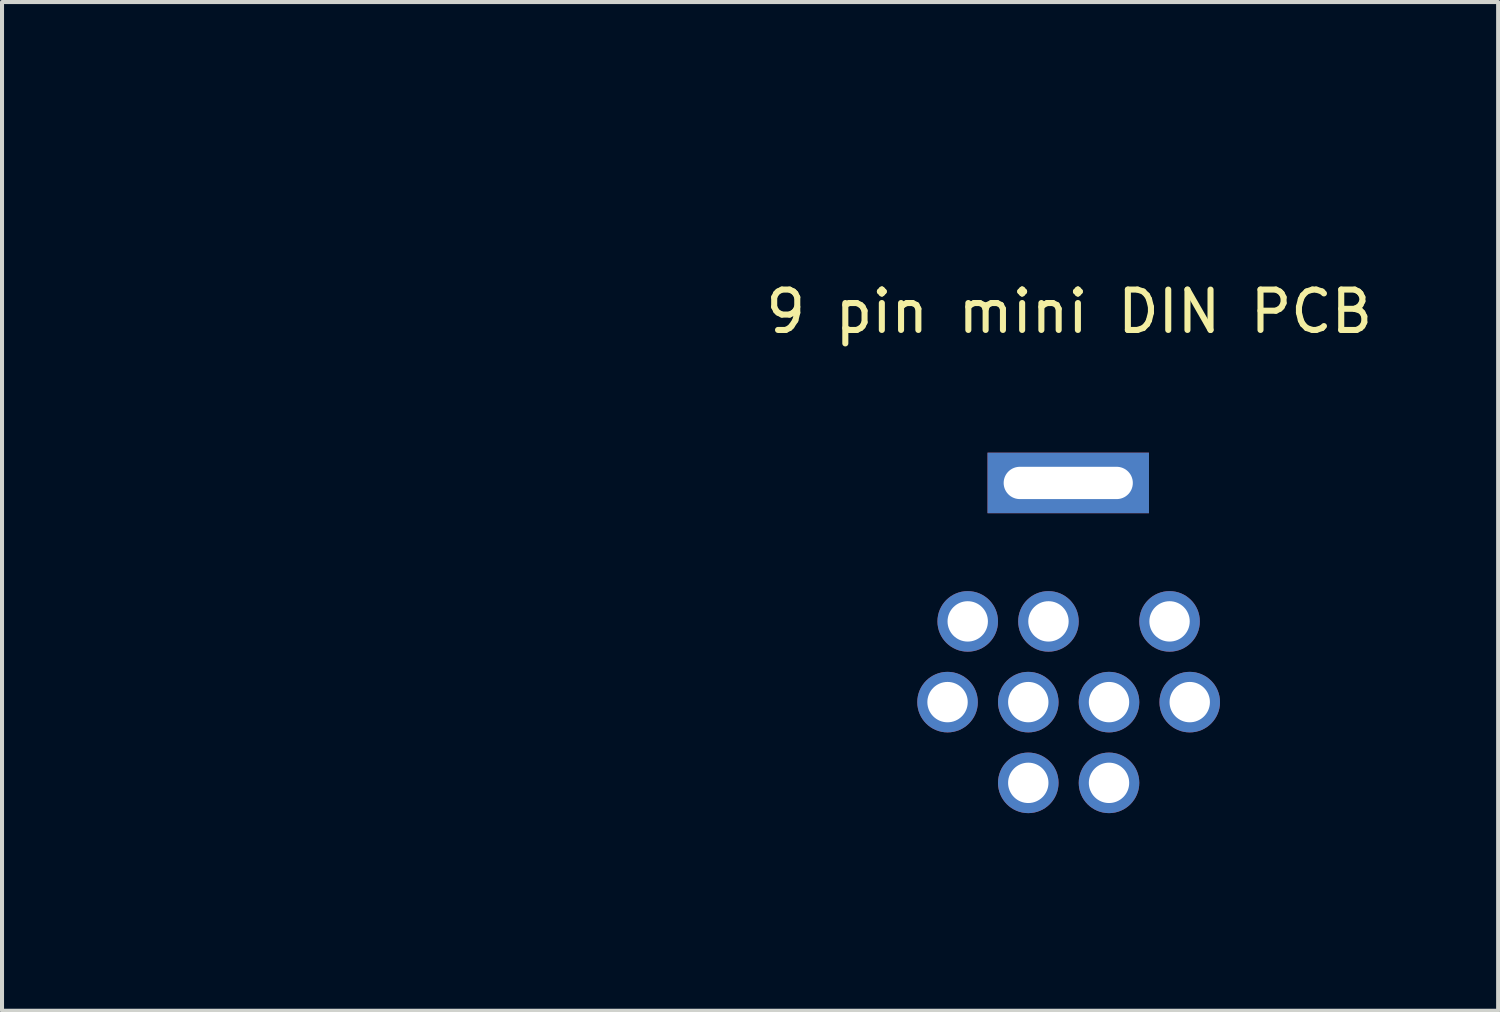
<source format=kicad_pcb>
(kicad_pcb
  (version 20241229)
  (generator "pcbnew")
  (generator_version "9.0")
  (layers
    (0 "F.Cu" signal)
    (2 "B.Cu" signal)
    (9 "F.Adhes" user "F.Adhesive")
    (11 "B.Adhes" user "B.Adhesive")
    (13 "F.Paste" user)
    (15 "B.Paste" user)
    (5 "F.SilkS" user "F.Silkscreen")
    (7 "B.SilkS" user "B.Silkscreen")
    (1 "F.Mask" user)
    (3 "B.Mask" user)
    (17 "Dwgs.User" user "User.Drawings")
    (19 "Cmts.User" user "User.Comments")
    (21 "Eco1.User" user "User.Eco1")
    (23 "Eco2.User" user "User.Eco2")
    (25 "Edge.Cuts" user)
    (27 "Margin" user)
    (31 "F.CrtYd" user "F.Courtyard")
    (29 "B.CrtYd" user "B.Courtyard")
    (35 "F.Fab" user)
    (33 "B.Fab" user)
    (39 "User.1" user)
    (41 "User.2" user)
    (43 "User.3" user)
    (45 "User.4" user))
  (footprint "9 pin mini DIN PCB"
    (layer "F.Cu")
    (at 23.414 13.744)
    (property "Reference" "9 pin mini DIN PCB" (at 0.025 -9.075 0) (unlocked yes) (layer "F.SilkS") (effects (font (size 1 1) (thickness 0.15))))
    (attr through_hole)
    (fp_poly (pts (xy -16.186 -13.694) (xy -16.025 -13.691) (xy -15.864 -13.684) (xy -15.708 -13.675) (xy -15.576 -13.665) (xy -15.496 -13.657) (xy -15.407 -13.647) (xy -15.313 -13.635) (xy -15.217 -13.622) (xy -15.123 -13.608) (xy -15.032 -13.594) (xy -14.949 -13.58) (xy -14.876 -13.566) (xy -14.827 -13.556) (xy -14.808 -13.551) (xy -14.775 -13.544) (xy -14.734 -13.535) (xy -14.687 -13.524) (xy -14.645 -13.515) (xy -14.475 -13.474) (xy -14.296 -13.426) (xy -14.114 -13.371) (xy -13.932 -13.312) (xy -13.757 -13.25) (xy -13.74 -13.244) (xy -13.694 -13.226) (xy -13.653 -13.211) (xy -13.619 -13.198) (xy -13.595 -13.188) (xy -13.583 -13.184) (xy -13.571 -13.178) (xy -13.546 -13.167) (xy -13.512 -13.153) (xy -13.471 -13.135) (xy -13.429 -13.118) (xy -13.212 -13.021) (xy -12.99 -12.912) (xy -12.769 -12.793) (xy -12.551 -12.667) (xy -12.341 -12.535) (xy -12.287 -12.5) (xy -12.011 -12.306) (xy -11.745 -12.1) (xy -11.49 -11.882) (xy -11.245 -11.653) (xy -11.013 -11.413) (xy -10.792 -11.163) (xy -10.583 -10.903) (xy -10.386 -10.634) (xy -10.203 -10.356) (xy -10.032 -10.069) (xy -9.875 -9.775) (xy -9.731 -9.473) (xy -9.602 -9.165) (xy -9.487 -8.85) (xy -9.388 -8.529) (xy -9.345 -8.373) (xy -9.303 -8.211) (xy -6.892 -7.237) (xy -4.482 -6.263) (xy -1.503 -6.26) (xy -1.24 -6.259) (xy -0.993 -6.259) (xy -0.761 -6.259) (xy -0.544 -6.259) (xy -0.341 -6.258) (xy -0.152 -6.258) (xy 0.024 -6.258) (xy 0.188 -6.258) (xy 0.339 -6.257) (xy 0.478 -6.257) (xy 0.606 -6.257) (xy 0.723 -6.256) (xy 0.829 -6.256) (xy 0.926 -6.255) (xy 1.013 -6.255) (xy 1.092 -6.255) (xy 1.162 -6.254) (xy 1.225 -6.254) (xy 1.28 -6.253) (xy 1.328 -6.252) (xy 1.369 -6.252) (xy 1.405 -6.251) (xy 1.436 -6.25) (xy 1.461 -6.25) (xy 1.482 -6.249) (xy 1.499 -6.248) (xy 1.512 -6.247) (xy 1.523 -6.246) (xy 1.531 -6.245) (xy 1.536 -6.244) (xy 1.665 -6.212) (xy 1.781 -6.175) (xy 1.887 -6.132) (xy 1.984 -6.08) (xy 2.076 -6.018) (xy 2.164 -5.946) (xy 2.237 -5.877) (xy 2.335 -5.77) (xy 2.417 -5.659) (xy 2.485 -5.542) (xy 2.54 -5.418) (xy 2.582 -5.285) (xy 2.585 -5.273) (xy 2.595 -5.234) (xy 2.602 -5.197) (xy 2.609 -5.159) (xy 2.613 -5.117) (xy 2.617 -5.071) (xy 2.619 -5.017) (xy 2.621 -4.953) (xy 2.622 -4.878) (xy 2.622 -4.789) (xy 2.622 -4.781) (xy 2.622 -4.504) (xy 2.729 -4.438) (xy 2.964 -4.284) (xy 3.191 -4.117) (xy 3.41 -3.937) (xy 3.618 -3.747) (xy 3.814 -3.547) (xy 3.997 -3.34) (xy 4.174 -3.115) (xy 4.338 -2.881) (xy 4.489 -2.638) (xy 4.627 -2.387) (xy 4.751 -2.13) (xy 4.861 -1.867) (xy 4.955 -1.598) (xy 5.035 -1.326) (xy 5.077 -1.15) (xy 5.134 -0.862) (xy 5.174 -0.574) (xy 5.198 -0.285) (xy 5.205 0.004) (xy 5.197 0.292) (xy 5.173 0.579) (xy 5.147 0.774) (xy 5.095 1.059) (xy 5.029 1.338) (xy 4.947 1.613) (xy 4.851 1.881) (xy 4.74 2.143) (xy 4.616 2.398) (xy 4.478 2.646) (xy 4.327 2.886) (xy 4.163 3.117) (xy 3.986 3.34) (xy 3.797 3.553) (xy 3.597 3.755) (xy 3.384 3.947) (xy 3.161 4.128) (xy 2.927 4.297) (xy 2.833 4.36) (xy 2.585 4.511) (xy 2.331 4.647) (xy 2.071 4.769) (xy 1.803 4.875) (xy 1.53 4.967) (xy 1.25 5.044) (xy 0.964 5.106) (xy 0.671 5.154) (xy 0.502 5.174) (xy 0.447 5.179) (xy 0.379 5.183) (xy 0.301 5.187) (xy 0.217 5.19) (xy 0.129 5.193) (xy 0.042 5.195) (xy -0.042 5.196) (xy -0.12 5.196) (xy -0.188 5.195) (xy -0.239 5.193) (xy -0.528 5.171) (xy -0.815 5.133) (xy -1.099 5.079) (xy -1.379 5.011) (xy -1.654 4.927) (xy -1.901 4.837) (xy -2.167 4.724) (xy -2.426 4.596) (xy -2.677 4.455) (xy -2.919 4.3) (xy -3.152 4.133) (xy -3.375 3.953) (xy -3.588 3.761) (xy -3.79 3.557) (xy -3.981 3.342) (xy -4.16 3.116) (xy -4.328 2.88) (xy -4.421 2.734) (xy -4.489 2.625) (xy -4.612 2.575) (xy -1.39 2.575) (xy -1.386 2.65) (xy -1.367 2.723) (xy -1.335 2.792) (xy -1.288 2.855) (xy -1.263 2.88) (xy -1.202 2.927) (xy -1.134 2.961) (xy -1.061 2.98) (xy -0.986 2.986) (xy -0.912 2.976) (xy -0.89 2.97) (xy -0.815 2.939) (xy -0.749 2.896) (xy -0.695 2.841) (xy -0.652 2.775) (xy -0.621 2.698) (xy -0.615 2.676) (xy -0.605 2.608) (xy -0.607 2.592) (xy 0.612 2.592) (xy 0.617 2.659) (xy 0.631 2.723) (xy 0.654 2.78) (xy 0.665 2.799) (xy 0.694 2.837) (xy 0.73 2.876) (xy 0.768 2.909) (xy 0.805 2.933) (xy 0.815 2.938) (xy 0.891 2.968) (xy 0.962 2.983) (xy 1.03 2.985) (xy 1.097 2.974) (xy 1.097 2.974) (xy 1.172 2.946) (xy 1.238 2.906) (xy 1.27 2.878) (xy 1.323 2.818) (xy 1.361 2.755) (xy 1.384 2.687) (xy 1.393 2.611) (xy 1.393 2.593) (xy 1.387 2.516) (xy 1.367 2.447) (xy 1.334 2.384) (xy 1.305 2.346) (xy 1.248 2.289) (xy 1.183 2.246) (xy 1.113 2.217) (xy 1.039 2.202) (xy 0.964 2.202) (xy 0.888 2.218) (xy 0.814 2.249) (xy 0.798 2.258) (xy 0.776 2.273) (xy 0.75 2.295) (xy 0.722 2.321) (xy 0.696 2.348) (xy 0.676 2.37) (xy 0.666 2.386) (xy 0.657 2.404) (xy 0.653 2.41) (xy 0.63 2.463) (xy 0.617 2.525) (xy 0.612 2.592) (xy -0.607 2.592) (xy -0.61 2.537) (xy -0.628 2.466) (xy -0.658 2.398) (xy -0.674 2.373) (xy -0.72 2.317) (xy -0.777 2.271) (xy -0.843 2.234) (xy -0.914 2.21) (xy -0.986 2.2) (xy -0.998 2.2) (xy -1.067 2.207) (xy -1.136 2.227) (xy -1.202 2.259) (xy -1.26 2.301) (xy -1.308 2.35) (xy -1.314 2.359) (xy -1.354 2.428) (xy -1.379 2.501) (xy -1.39 2.575) (xy -4.612 2.575) (xy -8.437 1.03) (xy -8.679 0.932) (xy -8.919 0.836) (xy -9.154 0.741) (xy -9.384 0.648) (xy -9.588 0.565) (xy -3.389 0.565) (xy -3.387 0.643) (xy -3.37 0.717) (xy -3.338 0.786) (xy -3.291 0.85) (xy -3.271 0.87) (xy -3.226 0.91) (xy -3.181 0.94) (xy -3.131 0.963) (xy -3.071 0.979) (xy -3.008 0.991) (xy -2.998 0.99) (xy -2.976 0.988) (xy -2.947 0.984) (xy -2.944 0.983) (xy -2.868 0.964) (xy -2.799 0.931) (xy -2.739 0.887) (xy -2.688 0.833) (xy -2.648 0.77) (xy -2.62 0.7) (xy -2.607 0.625) (xy -2.606 0.596) (xy -2.606 0.594) (xy -1.39 0.594) (xy -1.382 0.671) (xy -1.36 0.744) (xy -1.325 0.81) (xy -1.277 0.868) (xy -1.22 0.917) (xy -1.153 0.954) (xy -1.079 0.978) (xy -1.066 0.98) (xy -1.034 0.986) (xy -1.012 0.989) (xy -0.994 0.99) (xy -0.974 0.988) (xy -0.947 0.983) (xy -0.931 0.98) (xy -0.86 0.961) (xy -0.8 0.932) (xy -0.745 0.892) (xy -0.738 0.886) (xy -0.683 0.825) (xy -0.643 0.757) (xy -0.617 0.681) (xy -0.607 0.624) (xy -0.608 0.561) (xy 0.612 0.561) (xy 0.614 0.634) (xy 0.627 0.707) (xy 0.652 0.775) (xy 0.654 0.778) (xy 0.686 0.829) (xy 0.732 0.877) (xy 0.786 0.919) (xy 0.847 0.952) (xy 0.91 0.976) (xy 0.931 0.98) (xy 0.963 0.987) (xy 0.986 0.99) (xy 1.005 0.99) (xy 1.026 0.988) (xy 1.057 0.983) (xy 1.057 0.983) (xy 1.132 0.963) (xy 1.201 0.929) (xy 1.263 0.885) (xy 1.314 0.83) (xy 1.327 0.812) (xy 1.365 0.74) (xy 1.388 0.666) (xy 1.395 0.591) (xy 1.394 0.583) (xy 2.61 0.583) (xy 2.613 0.647) (xy 2.624 0.705) (xy 2.629 0.72) (xy 2.664 0.794) (xy 2.711 0.857) (xy 2.771 0.91) (xy 2.842 0.953) (xy 2.869 0.964) (xy 2.885 0.969) (xy 2.911 0.975) (xy 2.942 0.982) (xy 2.971 0.988) (xy 2.992 0.991) (xy 2.994 0.991) (xy 3.008 0.99) (xy 3.032 0.987) (xy 3.059 0.983) (xy 3.134 0.963) (xy 3.203 0.929) (xy 3.263 0.884) (xy 3.313 0.828) (xy 3.352 0.765) (xy 3.379 0.694) (xy 3.391 0.619) (xy 3.392 0.596) (xy 3.384 0.515) (xy 3.362 0.44) (xy 3.325 0.372) (xy 3.295 0.334) (xy 3.265 0.305) (xy 3.226 0.275) (xy 3.184 0.248) (xy 3.145 0.228) (xy 3.133 0.223) (xy 3.057 0.205) (xy 2.981 0.202) (xy 2.906 0.214) (xy 2.834 0.24) (xy 2.769 0.279) (xy 2.723 0.321) (xy 2.693 0.353) (xy 2.672 0.378) (xy 2.657 0.402) (xy 2.644 0.43) (xy 2.63 0.465) (xy 2.63 0.465) (xy 2.616 0.521) (xy 2.61 0.583) (xy 1.394 0.583) (xy 1.388 0.517) (xy 1.365 0.445) (xy 1.328 0.378) (xy 1.292 0.332) (xy 1.233 0.278) (xy 1.168 0.239) (xy 1.097 0.214) (xy 1.019 0.204) (xy 1.001 0.204) (xy 0.922 0.212) (xy 0.848 0.234) (xy 0.782 0.269) (xy 0.724 0.316) (xy 0.676 0.375) (xy 0.64 0.443) (xy 0.623 0.492) (xy 0.612 0.561) (xy -0.608 0.561) (xy -0.608 0.552) (xy -0.623 0.481) (xy -0.651 0.413) (xy -0.692 0.351) (xy -0.742 0.298) (xy -0.801 0.255) (xy -0.862 0.226) (xy -0.941 0.206) (xy -1.019 0.203) (xy -1.095 0.215) (xy -1.17 0.243) (xy -1.236 0.284) (xy -1.292 0.336) (xy -1.336 0.398) (xy -1.368 0.467) (xy -1.386 0.542) (xy -1.39 0.594) (xy -2.606 0.594) (xy -2.613 0.516) (xy -2.636 0.442) (xy -2.672 0.375) (xy -2.722 0.316) (xy -2.781 0.269) (xy -2.853 0.231) (xy -2.928 0.208) (xy -3.004 0.202) (xy -3.081 0.211) (xy -3.157 0.237) (xy -3.169 0.242) (xy -3.236 0.283) (xy -3.292 0.335) (xy -3.337 0.397) (xy -3.369 0.467) (xy -3.387 0.545) (xy -3.389 0.565) (xy -9.588 0.565) (xy -9.609 0.557) (xy -9.829 0.468) (xy -10.042 0.382) (xy -10.25 0.298) (xy -10.45 0.217) (xy -10.644 0.139) (xy -10.829 0.064) (xy -11.001 -0.005) (xy -0.093 -0.005) (xy -0.086 0.024) (xy -0.069 0.052) (xy -0.045 0.074) (xy -0.034 0.08) (xy -0.011 0.089) (xy 0.008 0.09) (xy 0.028 0.084) (xy 0.05 0.072) (xy 0.073 0.055) (xy 0.085 0.038) (xy 0.09 0.023) (xy 0.092 -0.02) (xy 0.08 -0.056) (xy 0.055 -0.082) (xy 0.019 -0.098) (xy -0.011 -0.098) (xy -0.041 -0.085) (xy -0.067 -0.064) (xy -0.086 -0.036) (xy -0.093 -0.006) (xy -0.093 -0.005) (xy -11.001 -0.005) (xy -11.006 -0.007) (xy -11.175 -0.075) (xy -11.335 -0.14) (xy -11.485 -0.2) (xy -11.626 -0.257) (xy -11.756 -0.309) (xy -11.875 -0.357) (xy -11.983 -0.401) (xy -12.079 -0.44) (xy -12.163 -0.473) (xy -12.235 -0.502) (xy -12.293 -0.526) (xy -12.339 -0.544) (xy -12.37 -0.556) (xy -12.387 -0.563) (xy -12.39 -0.564) (xy -12.399 -0.56) (xy -12.419 -0.549) (xy -12.448 -0.532) (xy -12.484 -0.51) (xy -12.52 -0.488) (xy -12.815 -0.317) (xy -13.116 -0.162) (xy -13.423 -0.021) (xy -13.736 0.105) (xy -14.055 0.216) (xy -14.379 0.312) (xy -14.708 0.392) (xy -15.041 0.457) (xy -15.379 0.507) (xy -15.721 0.541) (xy -15.805 0.547) (xy -15.866 0.55) (xy -15.941 0.552) (xy -16.026 0.553) (xy -16.118 0.554) (xy -16.217 0.554) (xy -16.319 0.553) (xy -16.421 0.551) (xy -16.521 0.549) (xy -16.617 0.546) (xy -16.706 0.543) (xy -16.786 0.539) (xy -16.854 0.535) (xy -16.894 0.531) (xy -17.24 0.489) (xy -17.58 0.432) (xy -17.914 0.36) (xy -18.242 0.273) (xy -18.565 0.17) (xy -18.881 0.053) (xy -19.191 -0.079) (xy -19.495 -0.226) (xy -19.792 -0.388) (xy -20.082 -0.565) (xy -20.197 -0.64) (xy -20.245 -0.672) (xy -20.299 -0.71) (xy -20.357 -0.75) (xy -20.415 -0.792) (xy -20.471 -0.832) (xy -20.523 -0.869) (xy -20.566 -0.902) (xy -20.598 -0.926) (xy -20.621 -0.945) (xy -20.652 -0.97) (xy -20.688 -0.998) (xy -20.726 -1.029) (xy -20.763 -1.06) (xy -20.798 -1.088) (xy -20.828 -1.113) (xy -20.85 -1.131) (xy -20.861 -1.14) (xy -20.997 -1.261) (xy -21.12 -1.375) (xy -21.123 -1.377) (xy -2.889 -1.377) (xy -2.877 -1.304) (xy -2.85 -1.233) (xy -2.846 -1.225) (xy -2.806 -1.164) (xy -2.753 -1.111) (xy -2.691 -1.068) (xy -2.621 -1.035) (xy -2.547 -1.016) (xy -2.504 -1.011) (xy -2.488 -1.012) (xy -2.462 -1.015) (xy -2.435 -1.019) (xy -2.362 -1.038) (xy -2.295 -1.071) (xy -2.236 -1.116) (xy -2.186 -1.17) (xy -2.147 -1.232) (xy -2.121 -1.301) (xy -2.107 -1.373) (xy -2.108 -1.407) (xy -0.887 -1.407) (xy -0.882 -1.331) (xy -0.865 -1.265) (xy -0.835 -1.205) (xy -0.792 -1.149) (xy -0.775 -1.131) (xy -0.712 -1.079) (xy -0.644 -1.042) (xy -0.571 -1.02) (xy -0.494 -1.014) (xy -0.415 -1.024) (xy -0.375 -1.034) (xy -0.307 -1.063) (xy -0.247 -1.104) (xy -0.195 -1.159) (xy -0.151 -1.228) (xy -0.12 -1.294) (xy -0.11 -1.332) (xy -0.105 -1.381) (xy -0.106 -1.417) (xy 2.111 -1.417) (xy 2.116 -1.34) (xy 2.135 -1.267) (xy 2.167 -1.2) (xy 2.211 -1.141) (xy 2.266 -1.092) (xy 2.33 -1.053) (xy 2.403 -1.026) (xy 2.439 -1.019) (xy 2.468 -1.014) (xy 2.488 -1.012) (xy 2.506 -1.012) (xy 2.528 -1.014) (xy 2.56 -1.019) (xy 2.633 -1.037) (xy 2.699 -1.069) (xy 2.761 -1.116) (xy 2.776 -1.131) (xy 2.803 -1.159) (xy 2.825 -1.186) (xy 2.844 -1.217) (xy 2.862 -1.254) (xy 2.882 -1.302) (xy 2.89 -1.334) (xy 2.893 -1.376) (xy 2.893 -1.424) (xy 2.888 -1.471) (xy 2.879 -1.514) (xy 2.873 -1.533) (xy 2.838 -1.604) (xy 2.792 -1.666) (xy 2.737 -1.718) (xy 2.675 -1.758) (xy 2.607 -1.785) (xy 2.535 -1.799) (xy 2.461 -1.798) (xy 2.446 -1.796) (xy 2.372 -1.776) (xy 2.304 -1.743) (xy 2.243 -1.699) (xy 2.192 -1.646) (xy 2.152 -1.585) (xy 2.125 -1.518) (xy 2.12 -1.498) (xy 2.111 -1.417) (xy -0.106 -1.417) (xy -0.106 -1.434) (xy -0.113 -1.485) (xy -0.124 -1.529) (xy -0.125 -1.533) (xy -0.161 -1.604) (xy -0.207 -1.666) (xy -0.262 -1.718) (xy -0.324 -1.758) (xy -0.392 -1.785) (xy -0.464 -1.799) (xy -0.537 -1.798) (xy -0.553 -1.796) (xy -0.628 -1.775) (xy -0.699 -1.74) (xy -0.762 -1.694) (xy -0.777 -1.68) (xy -0.826 -1.621) (xy -0.86 -1.559) (xy -0.88 -1.49) (xy -0.887 -1.413) (xy -0.887 -1.407) (xy -2.108 -1.407) (xy -2.108 -1.449) (xy -2.11 -1.462) (xy -2.13 -1.54) (xy -2.163 -1.609) (xy -2.208 -1.669) (xy -2.265 -1.72) (xy -2.33 -1.759) (xy -2.4 -1.786) (xy -2.472 -1.799) (xy -2.544 -1.797) (xy -2.555 -1.796) (xy -2.63 -1.775) (xy -2.697 -1.743) (xy -2.756 -1.699) (xy -2.805 -1.646) (xy -2.844 -1.585) (xy -2.871 -1.519) (xy -2.886 -1.449) (xy -2.889 -1.377) (xy -21.123 -1.377) (xy -21.235 -1.485) (xy -21.343 -1.592) (xy -21.447 -1.701) (xy -21.548 -1.812) (xy -21.65 -1.928) (xy -21.669 -1.95) (xy -21.88 -2.21) (xy -22.078 -2.479) (xy -22.263 -2.758) (xy -22.354 -2.91) (xy -8.292 -2.91) (xy -8.291 -2.855) (xy -8.287 -2.813) (xy -8.261 -2.678) (xy -8.226 -2.555) (xy -8.181 -2.443) (xy -8.125 -2.34) (xy -8.057 -2.244) (xy -7.977 -2.154) (xy -7.942 -2.12) (xy -7.845 -2.036) (xy -7.744 -1.967) (xy -7.639 -1.912) (xy -7.526 -1.868) (xy -7.412 -1.837) (xy -7.376 -1.829) (xy -7.345 -1.823) (xy -7.316 -1.819) (xy -7.286 -1.817) (xy -7.25 -1.816) (xy -7.206 -1.816) (xy -7.15 -1.817) (xy -7.14 -1.817) (xy -7.078 -1.819) (xy -7.029 -1.821) (xy -6.988 -1.826) (xy -6.952 -1.832) (xy -6.934 -1.836) (xy -6.801 -1.876) (xy -6.68 -1.926) (xy -6.569 -1.989) (xy -6.466 -2.064) (xy -6.372 -2.152) (xy -6.361 -2.163) (xy -6.275 -2.267) (xy -6.204 -2.377) (xy -6.146 -2.495) (xy -6.103 -2.617) (xy -6.074 -2.744) (xy -6.061 -2.874) (xy -6.062 -3.005) (xy -6.079 -3.137) (xy -6.112 -3.269) (xy -6.119 -3.29) (xy -6.165 -3.406) (xy -6.226 -3.516) (xy -6.3 -3.62) (xy -6.385 -3.715) (xy -6.481 -3.8) (xy -6.585 -3.874) (xy -6.697 -3.935) (xy -6.814 -3.983) (xy -6.816 -3.983) (xy -6.882 -4.004) (xy -6.941 -4.018) (xy -6.999 -4.028) (xy -7.062 -4.035) (xy -7.136 -4.039) (xy -7.137 -4.039) (xy -7.229 -4.039) (xy -7.311 -4.034) (xy -7.389 -4.022) (xy -7.471 -4.003) (xy -7.481 -4) (xy -7.603 -3.958) (xy -7.719 -3.901) (xy -7.827 -3.832) (xy -7.927 -3.75) (xy -8.016 -3.658) (xy -8.095 -3.556) (xy -8.162 -3.446) (xy -8.216 -3.328) (xy -8.256 -3.204) (xy -8.268 -3.154) (xy -8.277 -3.098) (xy -8.285 -3.036) (xy -8.29 -2.971) (xy -8.292 -2.91) (xy -22.354 -2.91) (xy -22.435 -3.045) (xy -22.594 -3.34) (xy -22.713 -3.59) (xy -17.656 -3.59) (xy -17.653 -3.516) (xy -17.636 -3.442) (xy -17.605 -3.373) (xy -17.561 -3.309) (xy -17.504 -3.252) (xy -17.494 -3.244) (xy -17.451 -3.215) (xy -17.399 -3.19) (xy -17.336 -3.167) (xy -17.307 -3.161) (xy -17.268 -3.159) (xy -17.224 -3.159) (xy -17.181 -3.162) (xy -17.144 -3.168) (xy -17.138 -3.17) (xy -17.079 -3.188) (xy -17.03 -3.212) (xy -16.985 -3.244) (xy -16.97 -3.257) (xy -16.946 -3.279) (xy -16.928 -3.297) (xy -16.917 -3.308) (xy -16.916 -3.309) (xy -16.905 -3.324) (xy -16.9 -3.33) (xy -16.89 -3.344) (xy -16.877 -3.369) (xy -16.862 -3.4) (xy -16.847 -3.433) (xy -16.837 -3.462) (xy -16.831 -3.488) (xy -16.827 -3.527) (xy -16.826 -3.573) (xy -15.653 -3.573) (xy -15.65 -3.518) (xy -15.642 -3.466) (xy -15.631 -3.424) (xy -15.63 -3.423) (xy -15.597 -3.358) (xy -15.551 -3.298) (xy -15.494 -3.246) (xy -15.429 -3.203) (xy -15.358 -3.173) (xy -15.326 -3.163) (xy -15.299 -3.16) (xy -15.262 -3.159) (xy -15.22 -3.16) (xy -15.18 -3.163) (xy -15.146 -3.167) (xy -15.137 -3.169) (xy -15.059 -3.198) (xy -14.99 -3.24) (xy -14.931 -3.295) (xy -14.881 -3.362) (xy -14.843 -3.442) (xy -14.842 -3.443) (xy -14.83 -3.488) (xy -14.824 -3.543) (xy -14.825 -3.602) (xy -14.831 -3.659) (xy -14.844 -3.707) (xy -14.845 -3.709) (xy -14.882 -3.786) (xy -14.93 -3.852) (xy -14.989 -3.906) (xy -15.057 -3.948) (xy -15.133 -3.976) (xy -15.179 -3.986) (xy -15.257 -3.99) (xy -15.333 -3.979) (xy -15.406 -3.955) (xy -15.472 -3.918) (xy -15.532 -3.87) (xy -15.582 -3.812) (xy -15.62 -3.745) (xy -15.646 -3.671) (xy -15.646 -3.669) (xy -15.652 -3.625) (xy -15.653 -3.573) (xy -16.826 -3.573) (xy -16.826 -3.575) (xy -16.826 -3.579) (xy -16.827 -3.624) (xy -16.83 -3.657) (xy -16.836 -3.686) (xy -16.845 -3.713) (xy -16.882 -3.787) (xy -16.93 -3.852) (xy -16.987 -3.905) (xy -17.052 -3.946) (xy -17.124 -3.974) (xy -17.2 -3.989) (xy -17.279 -3.988) (xy -17.324 -3.981) (xy -17.387 -3.963) (xy -17.442 -3.938) (xy -17.493 -3.903) (xy -17.531 -3.867) (xy -17.584 -3.805) (xy -17.622 -3.737) (xy -17.646 -3.665) (xy -17.656 -3.59) (xy -22.713 -3.59) (xy -22.739 -3.643) (xy -22.869 -3.951) (xy -22.985 -4.266) (xy -23.044 -4.454) (xy -1.56 -4.454) (xy 1.568 -4.454) (xy 1.568 -5.2) (xy -1.56 -5.2) (xy -1.56 -4.454) (xy -23.044 -4.454) (xy -23.086 -4.586) (xy -23.172 -4.91) (xy -23.242 -5.237) (xy -23.276 -5.431) (xy -23.3 -5.586) (xy -23.32 -5.733) (xy -23.335 -5.875) (xy -23.343 -5.97) (xy -20.938 -5.97) (xy -20.395 -5.97) (xy -20.395 -6.25) (xy -19.629 -6.25) (xy -19.624 -6.174) (xy -19.609 -6.108) (xy -19.582 -6.047) (xy -19.555 -6.004) (xy -19.501 -5.942) (xy -19.438 -5.892) (xy -19.368 -5.856) (xy -19.293 -5.834) (xy -19.213 -5.827) (xy -19.132 -5.835) (xy -19.127 -5.836) (xy -19.064 -5.854) (xy -19.01 -5.88) (xy -18.959 -5.916) (xy -18.924 -5.949) (xy -18.871 -6.01) (xy -18.834 -6.072) (xy -18.81 -6.139) (xy -18.8 -6.211) (xy -18.799 -6.241) (xy -18.806 -6.324) (xy -18.828 -6.401) (xy -18.863 -6.47) (xy -18.904 -6.521) (xy -17.235 -6.521) (xy -16.898 -6.521) (xy -16.826 -6.521) (xy -16.759 -6.521) (xy -16.7 -6.52) (xy -16.648 -6.52) (xy -16.608 -6.519) (xy -16.579 -6.518) (xy -16.564 -6.517) (xy -16.562 -6.516) (xy -16.566 -6.507) (xy -16.577 -6.491) (xy -16.578 -6.488) (xy -16.615 -6.425) (xy -16.64 -6.354) (xy -16.654 -6.28) (xy -16.656 -6.206) (xy -16.652 -6.172) (xy -16.642 -6.134) (xy -16.626 -6.091) (xy -16.607 -6.048) (xy -16.587 -6.009) (xy -16.569 -5.983) (xy -16.532 -5.945) (xy -16.487 -5.91) (xy -16.438 -5.879) (xy -16.389 -5.854) (xy -16.342 -5.838) (xy -16.304 -5.832) (xy -16.297 -5.832) (xy -16.293 -5.829) (xy -16.29 -5.82) (xy -16.288 -5.805) (xy -16.287 -5.78) (xy -16.286 -5.743) (xy -16.286 -5.703) (xy -16.286 -5.573) (xy -16.197 -5.573) (xy -16.197 -5.699) (xy -16.197 -5.75) (xy -16.196 -5.787) (xy -16.193 -5.811) (xy -16.19 -5.824) (xy -16.187 -5.827) (xy -16.174 -5.831) (xy -16.151 -5.836) (xy -16.136 -5.84) (xy -16.08 -5.857) (xy -16.031 -5.882) (xy -15.985 -5.917) (xy -15.952 -5.948) (xy -15.922 -5.978) (xy -15.902 -6) (xy -15.888 -6.016) (xy -15.878 -6.031) (xy -15.87 -6.046) (xy -15.862 -6.063) (xy -15.837 -6.14) (xy -15.825 -6.219) (xy -15.827 -6.277) (xy -13.681 -6.277) (xy -13.681 -6.196) (xy -13.664 -6.117) (xy -13.639 -6.054) (xy -13.607 -6.003) (xy -13.564 -5.953) (xy -13.513 -5.909) (xy -13.459 -5.875) (xy -13.449 -5.87) (xy -13.376 -5.841) (xy -13.304 -5.828) (xy -13.231 -5.828) (xy -13.178 -5.836) (xy -13.115 -5.854) (xy -13.06 -5.88) (xy -13.009 -5.918) (xy -12.974 -5.949) (xy -12.957 -5.97) (xy -12.08 -5.97) (xy -11.537 -5.97) (xy -11.537 -7.161) (xy -12.08 -7.161) (xy -12.08 -5.97) (xy -12.957 -5.97) (xy -12.921 -6.012) (xy -12.882 -6.08) (xy -12.859 -6.154) (xy -12.851 -6.234) (xy -12.852 -6.276) (xy -12.865 -6.355) (xy -12.893 -6.428) (xy -12.934 -6.494) (xy -12.986 -6.551) (xy -13.049 -6.597) (xy -13.121 -6.633) (xy -13.202 -6.656) (xy -13.215 -6.659) (xy -13.279 -6.662) (xy -13.347 -6.653) (xy -13.414 -6.632) (xy -13.478 -6.601) (xy -13.534 -6.561) (xy -13.553 -6.544) (xy -13.58 -6.516) (xy -13.598 -6.496) (xy -13.611 -6.481) (xy -13.62 -6.466) (xy -13.629 -6.449) (xy -13.634 -6.439) (xy -13.666 -6.358) (xy -13.681 -6.277) (xy -15.827 -6.277) (xy -15.828 -6.298) (xy -15.844 -6.374) (xy -15.875 -6.445) (xy -15.889 -6.469) (xy -15.92 -6.517) (xy -15.249 -6.521) (xy -15.249 -6.61) (xy -15.645 -6.61) (xy -15.735 -6.61) (xy -15.811 -6.61) (xy -15.873 -6.611) (xy -15.924 -6.611) (xy -15.964 -6.612) (xy -15.996 -6.613) (xy -16.02 -6.614) (xy -16.038 -6.616) (xy -16.052 -6.618) (xy -16.063 -6.621) (xy -16.073 -6.624) (xy -16.081 -6.628) (xy -16.112 -6.64) (xy -16.145 -6.651) (xy -16.157 -6.655) (xy -16.193 -6.664) (xy -16.195 -7.111) (xy -16.197 -7.559) (xy -16.286 -7.559) (xy -16.286 -6.661) (xy -16.319 -6.656) (xy -16.345 -6.649) (xy -16.376 -6.639) (xy -16.397 -6.63) (xy -16.442 -6.61) (xy -17.235 -6.61) (xy -17.235 -6.521) (xy -18.904 -6.521) (xy -18.911 -6.53) (xy -18.971 -6.581) (xy -19.041 -6.621) (xy -19.121 -6.65) (xy -19.162 -6.659) (xy -19.229 -6.663) (xy -19.297 -6.653) (xy -19.366 -6.63) (xy -19.431 -6.596) (xy -19.491 -6.552) (xy -19.542 -6.499) (xy -19.563 -6.47) (xy -19.595 -6.415) (xy -19.615 -6.362) (xy -19.626 -6.304) (xy -19.629 -6.25) (xy -20.395 -6.25) (xy -20.395 -7.161) (xy -20.938 -7.161) (xy -20.938 -5.97) (xy -23.343 -5.97) (xy -23.347 -6.015) (xy -23.356 -6.158) (xy -23.361 -6.308) (xy -23.364 -6.468) (xy -23.364 -6.558) (xy -23.364 -6.67) (xy -23.363 -6.771) (xy -23.361 -6.861) (xy -23.358 -6.946) (xy -23.354 -7.028) (xy -23.348 -7.111) (xy -23.34 -7.198) (xy -23.331 -7.293) (xy -23.325 -7.346) (xy -23.28 -7.68) (xy -23.22 -8.011) (xy -23.19 -8.142) (xy -19.239 -8.142) (xy -19.239 -8.098) (xy -19.236 -8.066) (xy -19.23 -8.038) (xy -19.222 -8.012) (xy -19.22 -8.008) (xy -19.183 -7.932) (xy -19.134 -7.865) (xy -19.075 -7.81) (xy -19.007 -7.768) (xy -18.933 -7.739) (xy -18.888 -7.73) (xy -18.856 -7.725) (xy -18.834 -7.722) (xy -18.814 -7.723) (xy -18.791 -7.725) (xy -18.766 -7.729) (xy -18.719 -7.738) (xy -18.681 -7.749) (xy -18.645 -7.765) (xy -18.607 -7.788) (xy -18.548 -7.832) (xy -18.497 -7.887) (xy -18.456 -7.947) (xy -18.451 -7.957) (xy -18.429 -8.008) (xy -18.416 -8.057) (xy -18.411 -8.11) (xy -18.41 -8.14) (xy -18.415 -8.218) (xy -18.432 -8.287) (xy -18.463 -8.35) (xy -18.508 -8.41) (xy -18.534 -8.438) (xy -18.586 -8.484) (xy -18.638 -8.517) (xy -18.695 -8.54) (xy -18.763 -8.555) (xy -18.768 -8.555) (xy -18.846 -8.559) (xy -18.922 -8.548) (xy -18.995 -8.523) (xy -19.062 -8.484) (xy -19.122 -8.434) (xy -19.171 -8.372) (xy -19.174 -8.368) (xy -19.204 -8.315) (xy -19.224 -8.265) (xy -19.235 -8.214) (xy -19.239 -8.154) (xy -19.239 -8.142) (xy -23.19 -8.142) (xy -23.145 -8.337) (xy -23.072 -8.597) (xy -16.654 -8.597) (xy -16.654 -8.534) (xy -16.646 -8.475) (xy -16.636 -8.438) (xy -16.6 -8.363) (xy -16.552 -8.297) (xy -16.493 -8.242) (xy -16.425 -8.199) (xy -16.348 -8.17) (xy -16.298 -8.159) (xy -16.268 -8.154) (xy -16.246 -8.152) (xy -16.226 -8.152) (xy -16.213 -8.154) (xy -14.072 -8.154) (xy -14.068 -8.08) (xy -14.051 -8.008) (xy -14.021 -7.941) (xy -13.978 -7.878) (xy -13.924 -7.824) (xy -13.867 -7.785) (xy -13.793 -7.749) (xy -13.72 -7.73) (xy -13.644 -7.725) (xy -13.565 -7.736) (xy -13.53 -7.745) (xy -13.46 -7.774) (xy -13.398 -7.815) (xy -13.344 -7.867) (xy -13.3 -7.928) (xy -13.267 -7.996) (xy -13.247 -8.068) (xy -13.239 -8.144) (xy -13.246 -8.22) (xy -13.251 -8.244) (xy -13.277 -8.317) (xy -13.315 -8.382) (xy -13.356 -8.431) (xy -13.419 -8.485) (xy -13.488 -8.524) (xy -13.563 -8.549) (xy -13.644 -8.558) (xy -13.656 -8.558) (xy -13.739 -8.551) (xy -13.815 -8.528) (xy -13.885 -8.491) (xy -13.947 -8.439) (xy -13.955 -8.432) (xy -14.005 -8.369) (xy -14.041 -8.3) (xy -14.063 -8.228) (xy -14.072 -8.154) (xy -16.213 -8.154) (xy -16.202 -8.155) (xy -16.181 -8.159) (xy -16.134 -8.167) (xy -16.097 -8.178) (xy -16.063 -8.194) (xy -16.025 -8.216) (xy -16.017 -8.221) (xy -15.952 -8.273) (xy -15.899 -8.334) (xy -15.86 -8.403) (xy -15.835 -8.48) (xy -15.825 -8.562) (xy -15.824 -8.576) (xy -15.832 -8.655) (xy -15.854 -8.73) (xy -15.889 -8.797) (xy -15.935 -8.857) (xy -15.992 -8.907) (xy -16.057 -8.946) (xy -16.13 -8.973) (xy -16.208 -8.986) (xy -16.242 -8.988) (xy -16.324 -8.98) (xy -16.4 -8.958) (xy -16.469 -8.922) (xy -16.53 -8.872) (xy -16.581 -8.811) (xy -16.622 -8.738) (xy -16.634 -8.709) (xy -16.648 -8.657) (xy -16.654 -8.597) (xy -23.072 -8.597) (xy -23.055 -8.659) (xy -22.949 -8.975) (xy -22.83 -9.285) (xy -22.696 -9.589) (xy -22.548 -9.887) (xy -22.387 -10.177) (xy -22.212 -10.459) (xy -22.024 -10.733) (xy -21.823 -10.998) (xy -21.61 -11.255) (xy -21.384 -11.501) (xy -21.146 -11.738) (xy -20.897 -11.963) (xy -20.636 -12.178) (xy -20.513 -12.272) (xy -20.238 -12.468) (xy -19.955 -12.651) (xy -19.664 -12.819) (xy -19.366 -12.973) (xy -19.061 -13.113) (xy -18.749 -13.239) (xy -18.432 -13.349) (xy -18.11 -13.445) (xy -17.783 -13.526) (xy -17.453 -13.591) (xy -17.118 -13.641) (xy -16.781 -13.676) (xy -16.631 -13.686) (xy -16.493 -13.692) (xy -16.344 -13.694)) (stroke (width 0.1) (type solid)) (fill no) (layer "Eco1.User"))
    (pad "1" thru_hole circle (at 1.01 2.6) (size 1.5 1.5) (drill 1) (layers "*.Cu" "*.Mask"))
    (pad "2" thru_hole circle (at -0.99 2.6) (size 1.5 1.5) (drill 1) (layers "*.Cu" "*.Mask"))
    (pad "3" thru_hole circle (at 3.01 0.6) (size 1.5 1.5) (drill 1) (layers "*.Cu" "*.Mask"))
    (pad "4" thru_hole circle (at 1.01 0.6) (size 1.5 1.5) (drill 1) (layers "*.Cu" "*.Mask"))
    (pad "5" thru_hole circle (at -0.99 0.6) (size 1.5 1.5) (drill 1) (layers "*.Cu" "*.Mask"))
    (pad "6" thru_hole circle (at -2.99 0.6) (size 1.5 1.5) (drill 1) (layers "*.Cu" "*.Mask"))
    (pad "7" thru_hole circle (at 2.51 -1.4) (size 1.5 1.5) (drill 1) (layers "*.Cu" "*.Mask"))
    (pad "8" thru_hole circle (at -0.49 -1.4) (size 1.5 1.5) (drill 1) (layers "*.Cu" "*.Mask"))
    (pad "9" thru_hole circle (at -2.49 -1.4) (size 1.5 1.5) (drill 1) (layers "*.Cu" "*.Mask"))
    (pad "10" thru_hole rect (at 0 -4.83) (size 4 1.5) (drill oval 3.2 0.8) (layers "*.Cu" "*.Mask")))
  (gr_rect
    (start -3 -3)
    (end 34.064 21.99)
    (stroke (width 0.1) (type default))
    (fill no)
    (layer "Edge.Cuts")))
</source>
